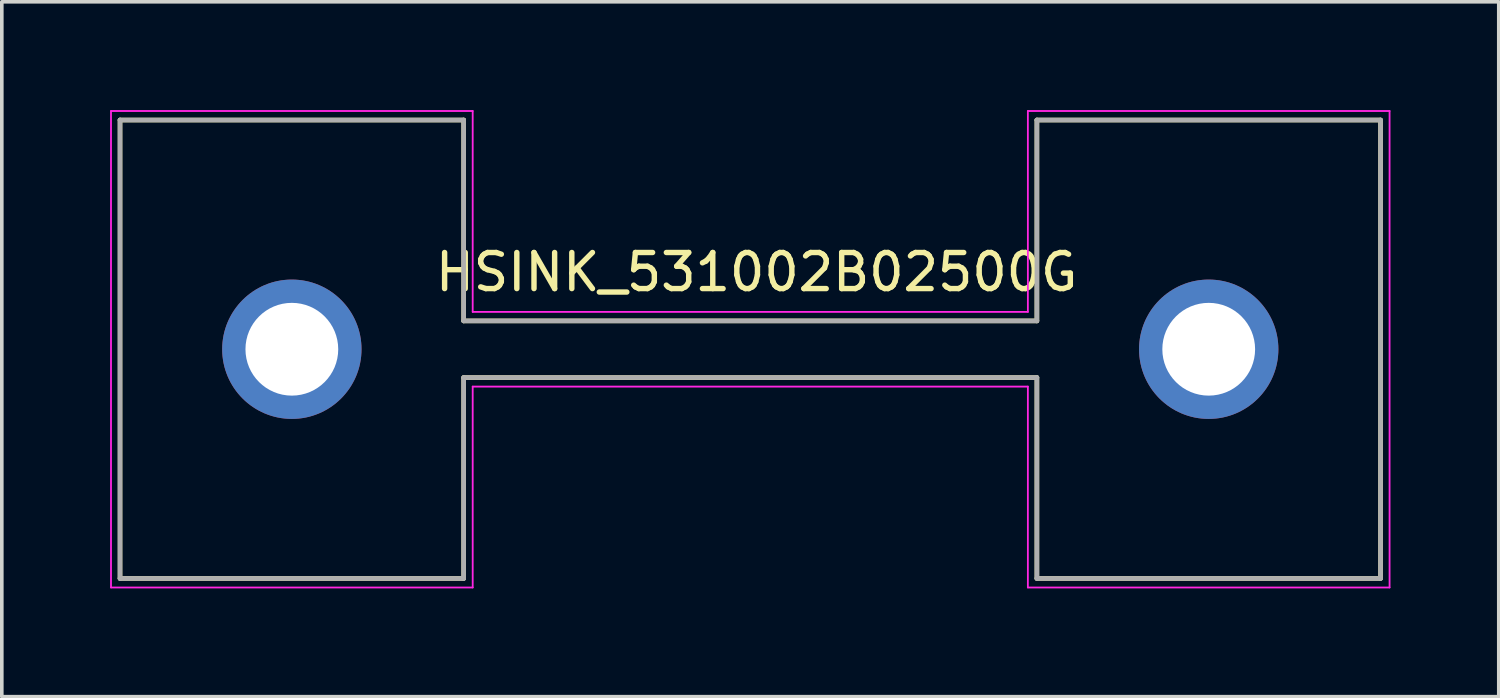
<source format=kicad_pcb>
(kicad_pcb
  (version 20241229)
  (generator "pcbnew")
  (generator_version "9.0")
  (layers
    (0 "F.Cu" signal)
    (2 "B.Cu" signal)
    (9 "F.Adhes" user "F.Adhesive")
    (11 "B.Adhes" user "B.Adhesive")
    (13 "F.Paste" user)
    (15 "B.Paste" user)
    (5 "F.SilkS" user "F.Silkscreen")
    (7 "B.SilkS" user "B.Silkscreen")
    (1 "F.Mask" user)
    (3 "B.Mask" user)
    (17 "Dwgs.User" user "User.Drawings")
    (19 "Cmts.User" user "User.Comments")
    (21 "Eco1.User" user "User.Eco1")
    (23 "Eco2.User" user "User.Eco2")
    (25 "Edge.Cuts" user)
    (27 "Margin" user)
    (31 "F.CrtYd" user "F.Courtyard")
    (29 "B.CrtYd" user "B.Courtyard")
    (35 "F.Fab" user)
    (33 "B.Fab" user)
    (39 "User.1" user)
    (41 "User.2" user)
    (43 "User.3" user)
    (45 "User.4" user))
  (footprint "HSINK_531002B02500G"
    (layer "F.Cu")
    (at 17.735 6.625)
    (property "Reference" "HSINK_531002B02500G" (at 0.175 -2.135 0) (layer "F.SilkS") (effects (font (size 1 1) (thickness 0.15))))
    (attr through_hole)
    (fp_line (start -17.46 -6.35) (end -17.46 6.35) (stroke (width 0.127) (type solid)) (layer "F.SilkS"))
    (fp_line (start -17.46 -6.35) (end -7.94 -6.35) (stroke (width 0.127) (type solid)) (layer "F.SilkS"))
    (fp_line (start -17.46 6.35) (end -7.94 6.35) (stroke (width 0.127) (type solid)) (layer "F.SilkS"))
    (fp_line (start -7.94 -6.35) (end -7.94 -0.785) (stroke (width 0.127) (type solid)) (layer "F.SilkS"))
    (fp_line (start -7.94 -0.785) (end 7.94 -0.785) (stroke (width 0.127) (type solid)) (layer "F.SilkS"))
    (fp_line (start -7.94 0.785) (end 7.94 0.785) (stroke (width 0.127) (type solid)) (layer "F.SilkS"))
    (fp_line (start -7.94 6.35) (end -7.94 0.785) (stroke (width 0.127) (type solid)) (layer "F.SilkS"))
    (fp_line (start 7.94 -6.35) (end 7.94 -0.785) (stroke (width 0.127) (type solid)) (layer "F.SilkS"))
    (fp_line (start 7.94 6.35) (end 7.94 0.785) (stroke (width 0.127) (type solid)) (layer "F.SilkS"))
    (fp_line (start 17.46 -6.35) (end 7.94 -6.35) (stroke (width 0.127) (type solid)) (layer "F.SilkS"))
    (fp_line (start 17.46 -6.35) (end 17.46 6.35) (stroke (width 0.127) (type solid)) (layer "F.SilkS"))
    (fp_line (start 17.46 6.35) (end 7.94 6.35) (stroke (width 0.127) (type solid)) (layer "F.SilkS"))
    (fp_line (start -17.71 -6.6) (end -7.69 -6.6) (stroke (width 0.05) (type solid)) (layer "F.CrtYd"))
    (fp_line (start -17.71 6.6) (end -17.71 -6.6) (stroke (width 0.05) (type solid)) (layer "F.CrtYd"))
    (fp_line (start -7.69 -6.6) (end -7.69 -1.035) (stroke (width 0.05) (type solid)) (layer "F.CrtYd"))
    (fp_line (start -7.69 -1.035) (end 7.69 -1.035) (stroke (width 0.05) (type solid)) (layer "F.CrtYd"))
    (fp_line (start -7.69 1.035) (end -7.69 6.6) (stroke (width 0.05) (type solid)) (layer "F.CrtYd"))
    (fp_line (start -7.69 6.6) (end -17.71 6.6) (stroke (width 0.05) (type solid)) (layer "F.CrtYd"))
    (fp_line (start 7.69 -6.6) (end 17.71 -6.6) (stroke (width 0.05) (type solid)) (layer "F.CrtYd"))
    (fp_line (start 7.69 -1.035) (end 7.69 -6.6) (stroke (width 0.05) (type solid)) (layer "F.CrtYd"))
    (fp_line (start 7.69 1.035) (end -7.69 1.035) (stroke (width 0.05) (type solid)) (layer "F.CrtYd"))
    (fp_line (start 7.69 6.6) (end 7.69 1.035) (stroke (width 0.05) (type solid)) (layer "F.CrtYd"))
    (fp_line (start 17.71 -6.6) (end 17.71 6.6) (stroke (width 0.05) (type solid)) (layer "F.CrtYd"))
    (fp_line (start 17.71 6.6) (end 7.69 6.6) (stroke (width 0.05) (type solid)) (layer "F.CrtYd"))
    (fp_line (start -17.46 -6.35) (end -17.46 6.35) (stroke (width 0.127) (type solid)) (layer "F.Fab"))
    (fp_line (start -17.46 -6.35) (end -7.94 -6.35) (stroke (width 0.127) (type solid)) (layer "F.Fab"))
    (fp_line (start -17.46 6.35) (end -7.94 6.35) (stroke (width 0.127) (type solid)) (layer "F.Fab"))
    (fp_line (start -7.94 -6.35) (end -7.94 -0.785) (stroke (width 0.127) (type solid)) (layer "F.Fab"))
    (fp_line (start -7.94 -0.785) (end 7.94 -0.785) (stroke (width 0.127) (type solid)) (layer "F.Fab"))
    (fp_line (start -7.94 0.785) (end 7.94 0.785) (stroke (width 0.127) (type solid)) (layer "F.Fab"))
    (fp_line (start -7.94 6.35) (end -7.94 0.785) (stroke (width 0.127) (type solid)) (layer "F.Fab"))
    (fp_line (start 7.94 -6.35) (end 7.94 -0.785) (stroke (width 0.127) (type solid)) (layer "F.Fab"))
    (fp_line (start 7.94 6.35) (end 7.94 0.785) (stroke (width 0.127) (type solid)) (layer "F.Fab"))
    (fp_line (start 17.46 -6.35) (end 7.94 -6.35) (stroke (width 0.127) (type solid)) (layer "F.Fab"))
    (fp_line (start 17.46 -6.35) (end 17.46 6.35) (stroke (width 0.127) (type solid)) (layer "F.Fab"))
    (fp_line (start 17.46 6.35) (end 7.94 6.35) (stroke (width 0.127) (type solid)) (layer "F.Fab"))
    (pad "1" thru_hole circle (at -12.7 0) (size 3.86 3.86) (drill 2.57) (layers "*.Cu" "*.Mask"))
    (pad "2" thru_hole circle (at 12.7 0) (size 3.86 3.86) (drill 2.57) (layers "*.Cu" "*.Mask")))
  (gr_rect
    (start -3 -3)
    (end 38.47 16.25)
    (stroke (width 0.1) (type default))
    (fill no)
    (layer "Edge.Cuts")))
</source>
